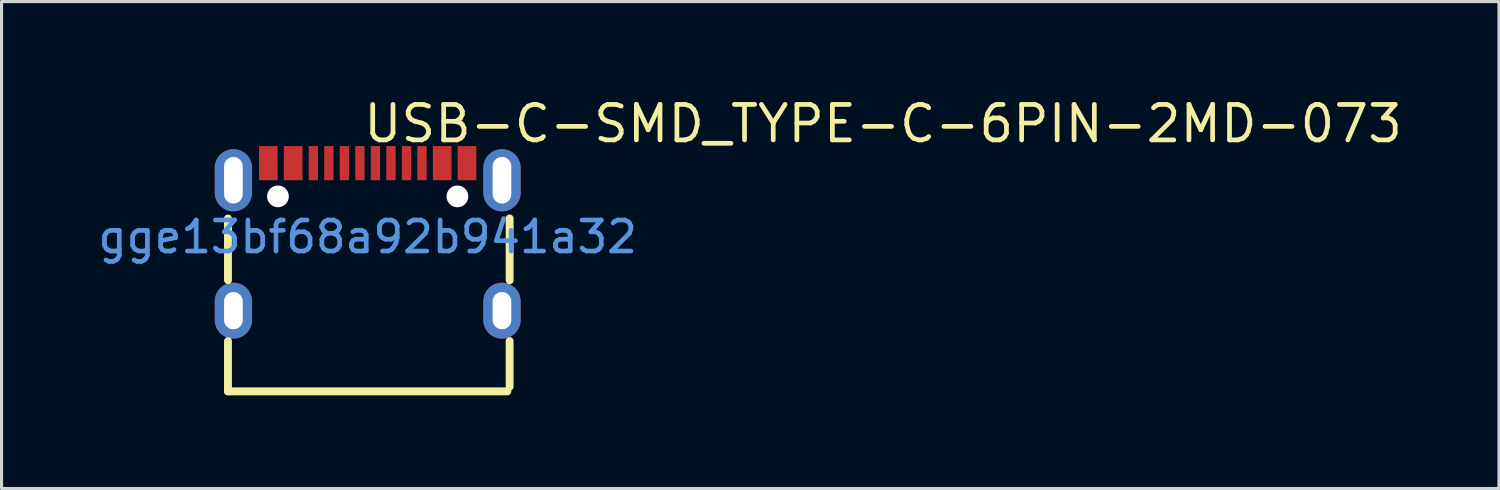
<source format=kicad_pcb>
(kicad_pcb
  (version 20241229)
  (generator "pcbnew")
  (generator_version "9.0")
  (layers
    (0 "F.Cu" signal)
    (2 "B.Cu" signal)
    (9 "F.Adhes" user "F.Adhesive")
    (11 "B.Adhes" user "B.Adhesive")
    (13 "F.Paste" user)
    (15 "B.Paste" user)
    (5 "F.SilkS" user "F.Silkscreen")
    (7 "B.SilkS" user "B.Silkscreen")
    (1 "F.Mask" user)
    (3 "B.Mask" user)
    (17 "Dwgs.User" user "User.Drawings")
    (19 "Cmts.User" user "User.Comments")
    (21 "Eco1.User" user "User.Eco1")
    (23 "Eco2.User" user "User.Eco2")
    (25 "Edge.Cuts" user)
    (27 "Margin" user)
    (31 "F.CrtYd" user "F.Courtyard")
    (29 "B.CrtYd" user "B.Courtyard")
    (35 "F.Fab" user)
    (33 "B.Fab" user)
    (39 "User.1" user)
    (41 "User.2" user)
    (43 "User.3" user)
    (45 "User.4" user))
  (footprint "USB-C-SMD_TYPE-C-6PIN-2MD-073"
    (layer "F.Cu")
    (at 8.792 4.58)
    (property "Reference" "USB-C-SMD_TYPE-C-6PIN-2MD-073" (at -0.21 -3.645 0) (layer "F.SilkS") (effects (font (size 1.143 1.143) (thickness 0.152)) (justify left)))
    (attr smd)
    (fp_line (start -4.5 1.394) (end -4.5 -0.594) (stroke (width 0.254) (type solid)) (layer "F.SilkS"))
    (fp_line (start -4.5 4.975) (end -4.5 3.356) (stroke (width 0.254) (type solid)) (layer "F.SilkS"))
    (fp_line (start 4.5 4.975) (end -4.5 4.975) (stroke (width 0.254) (type solid)) (layer "F.SilkS"))
    (fp_line (start 4.572 1.397) (end 4.572 -0.597) (stroke (width 0.254) (type solid)) (layer "F.SilkS"))
    (fp_line (start 4.572 4.826) (end 4.572 3.353) (stroke (width 0.254) (type solid)) (layer "F.SilkS"))
    (fp_poly (pts (xy -3.5 -2.925) (xy -3.5 -1.825) (xy -2.9 -1.825) (xy -2.9 -2.925)) (stroke (width 0) (type solid)) (fill yes) (layer "F.Paste"))
    (fp_poly (pts (xy -2.7 -2.925) (xy -2.7 -1.825) (xy -2.1 -1.825) (xy -2.1 -2.925)) (stroke (width 0) (type solid)) (fill yes) (layer "F.Paste"))
    (fp_poly (pts (xy -1.6 -1.825) (xy -1.6 -2.925) (xy -1.9 -2.925) (xy -1.9 -1.825)) (stroke (width 0) (type solid)) (fill yes) (layer "F.Paste"))
    (fp_poly (pts (xy -1.1 -1.825) (xy -1.1 -2.925) (xy -1.4 -2.925) (xy -1.4 -1.825)) (stroke (width 0) (type solid)) (fill yes) (layer "F.Paste"))
    (fp_poly (pts (xy -0.6 -1.825) (xy -0.6 -2.925) (xy -0.9 -2.925) (xy -0.9 -1.825)) (stroke (width 0) (type solid)) (fill yes) (layer "F.Paste"))
    (fp_poly (pts (xy -0.1 -1.825) (xy -0.1 -2.925) (xy -0.4 -2.925) (xy -0.4 -1.825)) (stroke (width 0) (type solid)) (fill yes) (layer "F.Paste"))
    (fp_poly (pts (xy 0.4 -1.825) (xy 0.4 -2.925) (xy 0.1 -2.925) (xy 0.1 -1.825)) (stroke (width 0) (type solid)) (fill yes) (layer "F.Paste"))
    (fp_poly (pts (xy 0.9 -1.825) (xy 0.9 -2.925) (xy 0.6 -2.925) (xy 0.6 -1.825)) (stroke (width 0) (type solid)) (fill yes) (layer "F.Paste"))
    (fp_poly (pts (xy 1.4 -1.825) (xy 1.4 -2.925) (xy 1.1 -2.925) (xy 1.1 -1.825)) (stroke (width 0) (type solid)) (fill yes) (layer "F.Paste"))
    (fp_poly (pts (xy 1.6 -2.925) (xy 1.6 -1.825) (xy 1.9 -1.825) (xy 1.9 -2.925)) (stroke (width 0) (type solid)) (fill yes) (layer "F.Paste"))
    (fp_poly (pts (xy 2.1 -2.925) (xy 2.1 -1.825) (xy 2.7 -1.825) (xy 2.7 -2.925)) (stroke (width 0) (type solid)) (fill yes) (layer "F.Paste"))
    (fp_poly (pts (xy 3.5 -1.825) (xy 3.5 -2.925) (xy 2.9 -2.925) (xy 2.9 -1.825)) (stroke (width 0) (type solid)) (fill yes) (layer "F.Paste"))
    (fp_poly (pts (xy -4.34 -2.825) (xy -4.37 -2.823) (xy -4.4 -2.82) (xy -4.429 -2.816) (xy -4.458 -2.81) (xy -4.487 -2.803) (xy -4.516 -2.794) (xy -4.544 -2.784) (xy -4.572 -2.772) (xy -4.599 -2.759) (xy -4.625 -2.745) (xy -4.651 -2.729) (xy -4.675 -2.712) (xy -4.699 -2.694) (xy -4.722 -2.675) (xy -4.744 -2.655) (xy -4.765 -2.633) (xy -4.785 -2.611) (xy -4.803 -2.587) (xy -4.821 -2.563) (xy -4.837 -2.538) (xy -4.852 -2.512) (xy -4.866 -2.485) (xy -4.878 -2.458) (xy -4.889 -2.43) (xy -4.898 -2.402) (xy -4.906 -2.373) (xy -4.913 -2.344) (xy -4.918 -2.315) (xy -4.922 -2.285) (xy -4.924 -2.255) (xy -4.925 -2.225) (xy -4.925 -1.425) (xy -4.924 -1.395) (xy -4.922 -1.365) (xy -4.918 -1.336) (xy -4.913 -1.306) (xy -4.906 -1.277) (xy -4.898 -1.248) (xy -4.889 -1.22) (xy -4.878 -1.192) (xy -4.866 -1.165) (xy -4.852 -1.138) (xy -4.837 -1.112) (xy -4.821 -1.087) (xy -4.803 -1.063) (xy -4.785 -1.039) (xy -4.765 -1.017) (xy -4.744 -0.996) (xy -4.722 -0.975) (xy -4.699 -0.956) (xy -4.675 -0.938) (xy -4.651 -0.921) (xy -4.625 -0.906) (xy -4.599 -0.891) (xy -4.572 -0.878) (xy -4.544 -0.867) (xy -4.516 -0.856) (xy -4.487 -0.848) (xy -4.458 -0.84) (xy -4.429 -0.834) (xy -4.4 -0.83) (xy -4.37 -0.827) (xy -4.34 -0.825) (xy -4.31 -0.825) (xy -4.28 -0.827) (xy -4.25 -0.83) (xy -4.221 -0.834) (xy -4.191 -0.84) (xy -4.162 -0.848) (xy -4.134 -0.856) (xy -4.106 -0.867) (xy -4.078 -0.878) (xy -4.051 -0.891) (xy -4.025 -0.906) (xy -3.999 -0.921) (xy -3.975 -0.938) (xy -3.951 -0.956) (xy -3.928 -0.975) (xy -3.906 -0.996) (xy -3.885 -1.017) (xy -3.865 -1.039) (xy -3.847 -1.063) (xy -3.829 -1.087) (xy -3.813 -1.112) (xy -3.798 -1.138) (xy -3.784 -1.165) (xy -3.772 -1.192) (xy -3.761 -1.22) (xy -3.752 -1.248) (xy -3.744 -1.277) (xy -3.737 -1.306) (xy -3.732 -1.336) (xy -3.728 -1.365) (xy -3.726 -1.395) (xy -3.725 -1.425) (xy -3.725 -2.225) (xy -3.726 -2.255) (xy -3.728 -2.285) (xy -3.732 -2.315) (xy -3.737 -2.344) (xy -3.744 -2.373) (xy -3.752 -2.402) (xy -3.761 -2.43) (xy -3.772 -2.458) (xy -3.784 -2.485) (xy -3.798 -2.512) (xy -3.813 -2.538) (xy -3.829 -2.563) (xy -3.847 -2.587) (xy -3.865 -2.611) (xy -3.885 -2.633) (xy -3.906 -2.655) (xy -3.928 -2.675) (xy -3.951 -2.694) (xy -3.975 -2.712) (xy -3.999 -2.729) (xy -4.025 -2.745) (xy -4.051 -2.759) (xy -4.078 -2.772) (xy -4.106 -2.784) (xy -4.134 -2.794) (xy -4.162 -2.803) (xy -4.191 -2.81) (xy -4.221 -2.816) (xy -4.25 -2.82) (xy -4.28 -2.823) (xy -4.31 -2.825)) (stroke (width 0) (type solid)) (fill yes) (layer "F.Paste"))
    (fp_poly (pts (xy -4.28 1.627) (xy -4.31 1.625) (xy -4.34 1.625) (xy -4.37 1.627) (xy -4.4 1.63) (xy -4.429 1.634) (xy -4.458 1.64) (xy -4.487 1.647) (xy -4.516 1.656) (xy -4.544 1.667) (xy -4.572 1.678) (xy -4.599 1.691) (xy -4.625 1.705) (xy -4.651 1.721) (xy -4.675 1.738) (xy -4.699 1.756) (xy -4.722 1.775) (xy -4.744 1.796) (xy -4.765 1.817) (xy -4.785 1.839) (xy -4.803 1.863) (xy -4.821 1.887) (xy -4.837 1.912) (xy -4.852 1.938) (xy -4.866 1.965) (xy -4.878 1.992) (xy -4.889 2.02) (xy -4.898 2.048) (xy -4.906 2.077) (xy -4.913 2.106) (xy -4.918 2.136) (xy -4.922 2.165) (xy -4.924 2.195) (xy -4.925 2.225) (xy -4.925 2.525) (xy -4.924 2.555) (xy -4.922 2.585) (xy -4.918 2.614) (xy -4.913 2.644) (xy -4.906 2.673) (xy -4.898 2.702) (xy -4.889 2.73) (xy -4.878 2.758) (xy -4.866 2.785) (xy -4.852 2.812) (xy -4.837 2.838) (xy -4.821 2.863) (xy -4.803 2.887) (xy -4.785 2.911) (xy -4.765 2.933) (xy -4.744 2.955) (xy -4.722 2.975) (xy -4.699 2.994) (xy -4.675 3.012) (xy -4.651 3.029) (xy -4.625 3.045) (xy -4.599 3.059) (xy -4.572 3.072) (xy -4.544 3.084) (xy -4.516 3.094) (xy -4.487 3.103) (xy -4.458 3.11) (xy -4.429 3.116) (xy -4.4 3.12) (xy -4.37 3.123) (xy -4.34 3.125) (xy -4.31 3.125) (xy -4.28 3.123) (xy -4.25 3.12) (xy -4.221 3.116) (xy -4.191 3.11) (xy -4.162 3.103) (xy -4.134 3.094) (xy -4.106 3.084) (xy -4.078 3.072) (xy -4.051 3.059) (xy -4.025 3.045) (xy -3.999 3.029) (xy -3.975 3.012) (xy -3.951 2.994) (xy -3.928 2.975) (xy -3.906 2.955) (xy -3.885 2.933) (xy -3.865 2.911) (xy -3.847 2.887) (xy -3.829 2.863) (xy -3.813 2.838) (xy -3.798 2.812) (xy -3.784 2.785) (xy -3.772 2.758) (xy -3.761 2.73) (xy -3.752 2.702) (xy -3.744 2.673) (xy -3.737 2.644) (xy -3.732 2.614) (xy -3.728 2.585) (xy -3.726 2.555) (xy -3.725 2.525) (xy -3.725 2.225) (xy -3.726 2.195) (xy -3.728 2.165) (xy -3.732 2.136) (xy -3.737 2.106) (xy -3.744 2.077) (xy -3.752 2.048) (xy -3.761 2.02) (xy -3.772 1.992) (xy -3.784 1.965) (xy -3.798 1.938) (xy -3.813 1.912) (xy -3.829 1.887) (xy -3.847 1.863) (xy -3.865 1.839) (xy -3.885 1.817) (xy -3.906 1.796) (xy -3.928 1.775) (xy -3.951 1.756) (xy -3.975 1.738) (xy -3.999 1.721) (xy -4.025 1.705) (xy -4.051 1.691) (xy -4.078 1.678) (xy -4.106 1.667) (xy -4.134 1.656) (xy -4.162 1.647) (xy -4.191 1.64) (xy -4.221 1.634) (xy -4.25 1.63)) (stroke (width 0) (type solid)) (fill yes) (layer "F.Paste"))
    (fp_poly (pts (xy 4.31 1.625) (xy 4.28 1.627) (xy 4.25 1.63) (xy 4.221 1.634) (xy 4.191 1.64) (xy 4.162 1.647) (xy 4.134 1.656) (xy 4.106 1.667) (xy 4.078 1.678) (xy 4.051 1.691) (xy 4.025 1.705) (xy 3.999 1.721) (xy 3.975 1.738) (xy 3.951 1.756) (xy 3.928 1.775) (xy 3.906 1.796) (xy 3.885 1.817) (xy 3.865 1.839) (xy 3.847 1.863) (xy 3.829 1.887) (xy 3.813 1.912) (xy 3.798 1.938) (xy 3.784 1.965) (xy 3.772 1.992) (xy 3.761 2.02) (xy 3.752 2.048) (xy 3.744 2.077) (xy 3.737 2.106) (xy 3.732 2.136) (xy 3.728 2.165) (xy 3.726 2.195) (xy 3.725 2.225) (xy 3.725 2.525) (xy 3.726 2.555) (xy 3.728 2.585) (xy 3.732 2.614) (xy 3.737 2.644) (xy 3.744 2.673) (xy 3.752 2.702) (xy 3.761 2.73) (xy 3.772 2.758) (xy 3.784 2.785) (xy 3.798 2.812) (xy 3.813 2.838) (xy 3.829 2.863) (xy 3.847 2.887) (xy 3.865 2.911) (xy 3.885 2.933) (xy 3.906 2.955) (xy 3.928 2.975) (xy 3.951 2.994) (xy 3.975 3.012) (xy 3.999 3.029) (xy 4.025 3.045) (xy 4.051 3.059) (xy 4.078 3.072) (xy 4.106 3.084) (xy 4.134 3.094) (xy 4.162 3.103) (xy 4.191 3.11) (xy 4.221 3.116) (xy 4.25 3.12) (xy 4.28 3.123) (xy 4.31 3.125) (xy 4.34 3.125) (xy 4.37 3.123) (xy 4.4 3.12) (xy 4.429 3.116) (xy 4.458 3.11) (xy 4.487 3.103) (xy 4.516 3.094) (xy 4.544 3.084) (xy 4.572 3.072) (xy 4.599 3.059) (xy 4.625 3.045) (xy 4.651 3.029) (xy 4.675 3.012) (xy 4.699 2.994) (xy 4.722 2.975) (xy 4.744 2.955) (xy 4.765 2.933) (xy 4.785 2.911) (xy 4.803 2.887) (xy 4.821 2.863) (xy 4.837 2.838) (xy 4.852 2.812) (xy 4.866 2.785) (xy 4.878 2.758) (xy 4.889 2.73) (xy 4.898 2.702) (xy 4.906 2.673) (xy 4.913 2.644) (xy 4.918 2.614) (xy 4.922 2.585) (xy 4.924 2.555) (xy 4.925 2.525) (xy 4.925 2.225) (xy 4.924 2.195) (xy 4.922 2.165) (xy 4.918 2.136) (xy 4.913 2.106) (xy 4.906 2.077) (xy 4.898 2.048) (xy 4.889 2.02) (xy 4.878 1.992) (xy 4.866 1.965) (xy 4.852 1.938) (xy 4.837 1.912) (xy 4.821 1.887) (xy 4.803 1.863) (xy 4.785 1.839) (xy 4.765 1.817) (xy 4.744 1.796) (xy 4.722 1.775) (xy 4.699 1.756) (xy 4.675 1.738) (xy 4.651 1.721) (xy 4.625 1.705) (xy 4.599 1.691) (xy 4.572 1.678) (xy 4.544 1.667) (xy 4.516 1.656) (xy 4.487 1.647) (xy 4.458 1.64) (xy 4.429 1.634) (xy 4.4 1.63) (xy 4.37 1.627) (xy 4.34 1.625)) (stroke (width 0) (type solid)) (fill yes) (layer "F.Paste"))
    (fp_poly (pts (xy 4.37 -2.823) (xy 4.34 -2.825) (xy 4.31 -2.825) (xy 4.28 -2.823) (xy 4.25 -2.82) (xy 4.221 -2.816) (xy 4.191 -2.81) (xy 4.162 -2.803) (xy 4.134 -2.794) (xy 4.106 -2.784) (xy 4.078 -2.772) (xy 4.051 -2.759) (xy 4.025 -2.745) (xy 3.999 -2.729) (xy 3.975 -2.712) (xy 3.951 -2.694) (xy 3.928 -2.675) (xy 3.906 -2.655) (xy 3.885 -2.633) (xy 3.865 -2.611) (xy 3.847 -2.587) (xy 3.829 -2.563) (xy 3.813 -2.538) (xy 3.798 -2.512) (xy 3.784 -2.485) (xy 3.772 -2.458) (xy 3.761 -2.43) (xy 3.752 -2.402) (xy 3.744 -2.373) (xy 3.737 -2.344) (xy 3.732 -2.315) (xy 3.728 -2.285) (xy 3.726 -2.255) (xy 3.725 -2.225) (xy 3.725 -1.425) (xy 3.726 -1.395) (xy 3.728 -1.365) (xy 3.732 -1.336) (xy 3.737 -1.306) (xy 3.744 -1.277) (xy 3.752 -1.248) (xy 3.761 -1.22) (xy 3.772 -1.192) (xy 3.784 -1.165) (xy 3.798 -1.138) (xy 3.813 -1.112) (xy 3.829 -1.087) (xy 3.847 -1.063) (xy 3.865 -1.039) (xy 3.885 -1.017) (xy 3.906 -0.996) (xy 3.928 -0.975) (xy 3.951 -0.956) (xy 3.975 -0.938) (xy 3.999 -0.921) (xy 4.025 -0.906) (xy 4.051 -0.891) (xy 4.078 -0.878) (xy 4.106 -0.867) (xy 4.134 -0.856) (xy 4.162 -0.848) (xy 4.191 -0.84) (xy 4.221 -0.834) (xy 4.25 -0.83) (xy 4.28 -0.827) (xy 4.31 -0.825) (xy 4.34 -0.825) (xy 4.37 -0.827) (xy 4.4 -0.83) (xy 4.429 -0.834) (xy 4.458 -0.84) (xy 4.487 -0.848) (xy 4.516 -0.856) (xy 4.544 -0.867) (xy 4.572 -0.878) (xy 4.599 -0.891) (xy 4.625 -0.906) (xy 4.651 -0.921) (xy 4.675 -0.938) (xy 4.699 -0.956) (xy 4.722 -0.975) (xy 4.744 -0.996) (xy 4.765 -1.017) (xy 4.785 -1.039) (xy 4.803 -1.063) (xy 4.821 -1.087) (xy 4.837 -1.112) (xy 4.852 -1.138) (xy 4.866 -1.165) (xy 4.878 -1.192) (xy 4.889 -1.22) (xy 4.898 -1.248) (xy 4.906 -1.277) (xy 4.913 -1.306) (xy 4.918 -1.336) (xy 4.922 -1.365) (xy 4.924 -1.395) (xy 4.925 -1.425) (xy 4.925 -2.225) (xy 4.924 -2.255) (xy 4.922 -2.285) (xy 4.918 -2.315) (xy 4.913 -2.344) (xy 4.906 -2.373) (xy 4.898 -2.402) (xy 4.889 -2.43) (xy 4.878 -2.458) (xy 4.866 -2.485) (xy 4.852 -2.512) (xy 4.837 -2.538) (xy 4.821 -2.563) (xy 4.803 -2.587) (xy 4.785 -2.611) (xy 4.765 -2.633) (xy 4.744 -2.655) (xy 4.722 -2.675) (xy 4.699 -2.694) (xy 4.675 -2.712) (xy 4.651 -2.729) (xy 4.625 -2.745) (xy 4.599 -2.759) (xy 4.572 -2.772) (xy 4.544 -2.784) (xy 4.516 -2.794) (xy 4.487 -2.803) (xy 4.458 -2.81) (xy 4.429 -2.816) (xy 4.4 -2.82)) (stroke (width 0) (type solid)) (fill yes) (layer "F.Paste"))
    (fp_circle (center -2.89 -1.305) (end -2.765 -1.305) (stroke (width 0.25) (type solid)) (fill no) (layer "Cmts.User"))
    (fp_circle (center 2.89 -1.305) (end 3.015 -1.305) (stroke (width 0.25) (type solid)) (fill no) (layer "Cmts.User"))
    (fp_text user "gge13bf68a92b941a32" (at 0 0 0) (layer "Cmts.User") (effects (font (size 1 1) (thickness 0.15))))
    (pad "" np_thru_hole circle (at -2.89 -1.305) (size 0.7 0.7) (drill 0.7) (layers "*.Cu" "*.Mask"))
    (pad "" np_thru_hole circle (at 2.89 -1.305) (size 0.7 0.7) (drill 0.7) (layers "*.Cu" "*.Mask"))
    (pad "A1" smd rect (at -3.2 -2.375) (size 0.6 1.1) (layers "F.Cu" "F.Mask" "F.Paste"))
    (pad "A4" smd rect (at -2.4 -2.375) (size 0.6 1.1) (layers "F.Cu" "F.Mask" "F.Paste"))
    (pad "A5" smd rect (at -1.25 -2.375) (size 0.3 1.1) (layers "F.Cu" "F.Mask" "F.Paste"))
    (pad "A6" smd rect (at -0.25 -2.375) (size 0.3 1.1) (layers "F.Cu" "F.Mask" "F.Paste"))
    (pad "A7" smd rect (at 0.25 -2.375) (size 0.3 1.1) (layers "F.Cu" "F.Mask" "F.Paste"))
    (pad "A8" smd rect (at 1.25 -2.375) (size 0.3 1.1) (layers "F.Cu" "F.Mask" "F.Paste"))
    (pad "A12" smd rect (at 3.2 -2.375) (size 0.6 1.1) (layers "F.Cu" "F.Mask" "F.Paste"))
    (pad "B4" smd rect (at 2.4 -2.375) (size 0.6 1.1) (layers "F.Cu" "F.Mask" "F.Paste"))
    (pad "B5" smd rect (at 1.75 -2.375) (size 0.3 1.1) (layers "F.Cu" "F.Mask" "F.Paste"))
    (pad "B6" smd rect (at 0.75 -2.375) (size 0.3 1.1) (layers "F.Cu" "F.Mask" "F.Paste"))
    (pad "B7" smd rect (at -0.75 -2.375) (size 0.3 1.1) (layers "F.Cu" "F.Mask" "F.Paste"))
    (pad "B8" smd rect (at -1.75 -2.375) (size 0.3 1.1) (layers "F.Cu" "F.Mask" "F.Paste"))
    (pad "S1" thru_hole oval (at -4.325 -1.825) (size 1.2 2) (drill oval 0.6 1.5) (layers "*.Cu" "*.Paste" "*.Mask"))
    (pad "S1" thru_hole oval (at -4.325 2.375) (size 1.2 1.8) (drill oval 0.6 1.2) (layers "*.Cu" "*.Paste" "*.Mask"))
    (pad "S1" thru_hole oval (at 4.325 -1.825) (size 1.2 2) (drill oval 0.6 1.5) (layers "*.Cu" "*.Paste" "*.Mask"))
    (pad "S1" thru_hole oval (at 4.325 2.375) (size 1.2 1.8) (drill oval 0.6 1.2) (layers "*.Cu" "*.Paste" "*.Mask")))
  (gr_rect
    (start -3 -3)
    (end 45.228 12.682)
    (stroke (width 0.1) (type default))
    (fill no)
    (layer "Edge.Cuts")))
</source>
